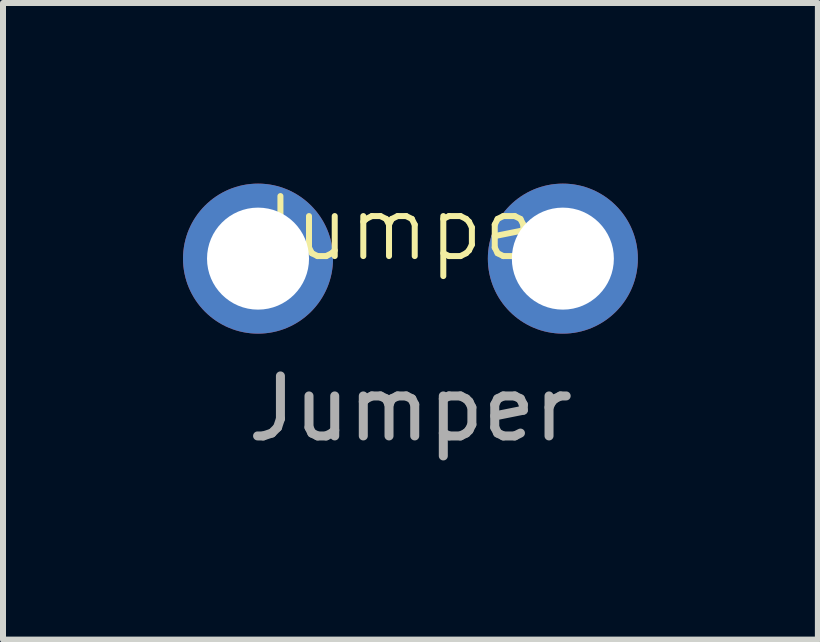
<source format=kicad_pcb>
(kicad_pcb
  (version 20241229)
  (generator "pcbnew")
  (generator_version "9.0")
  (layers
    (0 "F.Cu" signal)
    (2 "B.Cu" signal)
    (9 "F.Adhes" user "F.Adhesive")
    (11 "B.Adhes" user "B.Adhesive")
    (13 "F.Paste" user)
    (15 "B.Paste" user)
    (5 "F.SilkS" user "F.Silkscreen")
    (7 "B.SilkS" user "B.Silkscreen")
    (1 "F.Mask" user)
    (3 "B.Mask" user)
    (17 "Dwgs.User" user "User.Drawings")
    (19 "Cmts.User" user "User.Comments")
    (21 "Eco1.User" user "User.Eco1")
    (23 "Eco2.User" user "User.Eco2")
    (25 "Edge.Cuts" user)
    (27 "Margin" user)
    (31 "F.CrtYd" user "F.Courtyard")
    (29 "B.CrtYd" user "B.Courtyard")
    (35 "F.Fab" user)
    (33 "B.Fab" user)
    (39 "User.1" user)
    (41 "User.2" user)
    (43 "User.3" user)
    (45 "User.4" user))
  (footprint "Jumper"
    (layer "F.Cu")
    (at 3.79 1.26)
    (property "Reference" "Jumper" (at 0 -0.5 0) (unlocked yes) (layer "F.SilkS") (effects (font (size 1 1) (thickness 0.1))))
    (attr through_hole)
    (fp_text user "${REFERENCE}" (at 0 2.5 0) (unlocked yes) (layer "F.Fab") (effects (font (size 1 1) (thickness 0.15))))
    (pad "1" thru_hole circle (at -2.54 0) (size 2.5 2.5) (drill 1.7) (layers "*.Cu" "*.Mask"))
    (pad "2" thru_hole circle (at 2.54 0) (size 2.5 2.5) (drill 1.7) (layers "*.Cu" "*.Mask")))
  (gr_rect
    (start -3 -3)
    (end 10.58 7.609)
    (stroke (width 0.1) (type default))
    (fill no)
    (layer "Edge.Cuts")))
</source>
